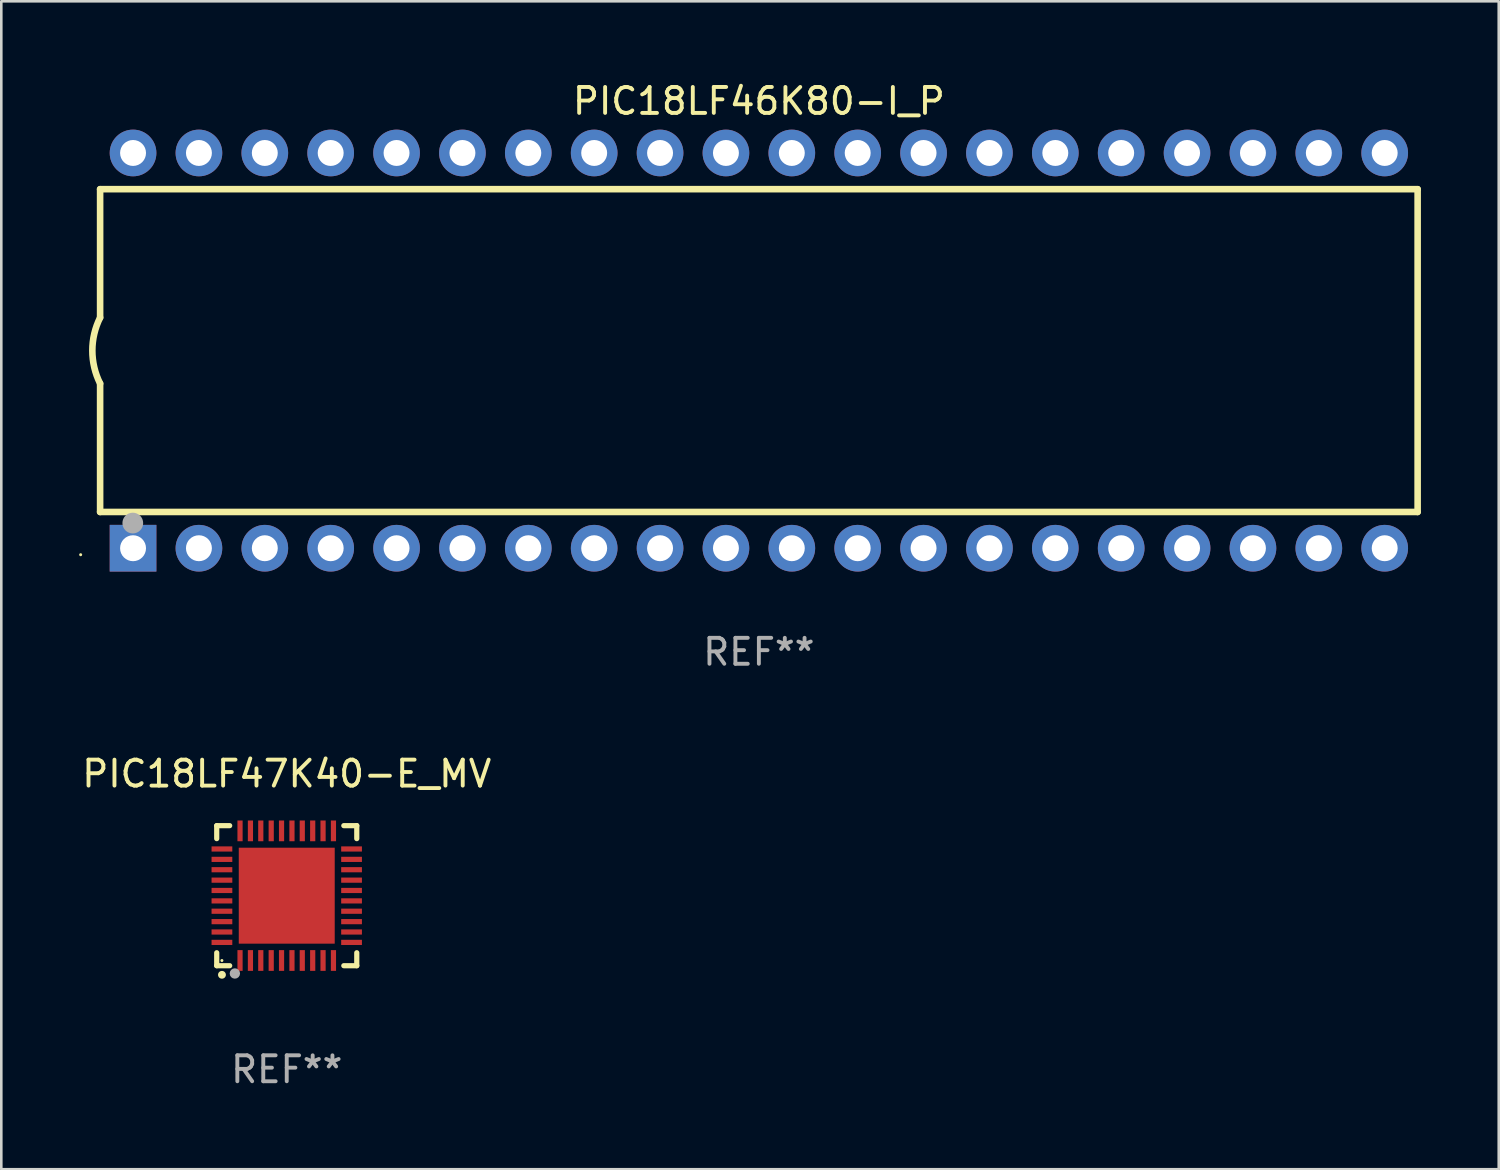
<source format=kicad_pcb>
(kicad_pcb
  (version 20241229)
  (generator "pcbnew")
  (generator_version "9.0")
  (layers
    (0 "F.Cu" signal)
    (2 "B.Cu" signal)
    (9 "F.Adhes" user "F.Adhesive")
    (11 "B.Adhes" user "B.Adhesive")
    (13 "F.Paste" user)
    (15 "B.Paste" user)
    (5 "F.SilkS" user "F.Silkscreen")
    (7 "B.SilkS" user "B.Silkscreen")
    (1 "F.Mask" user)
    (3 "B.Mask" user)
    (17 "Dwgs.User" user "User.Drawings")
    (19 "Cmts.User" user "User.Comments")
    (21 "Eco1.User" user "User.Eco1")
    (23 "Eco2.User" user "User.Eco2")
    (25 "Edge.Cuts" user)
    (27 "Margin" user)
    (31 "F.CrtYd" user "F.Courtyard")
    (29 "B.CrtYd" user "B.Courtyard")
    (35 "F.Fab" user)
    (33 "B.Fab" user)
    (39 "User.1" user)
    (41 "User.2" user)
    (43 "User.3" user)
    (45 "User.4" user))
  (footprint "PIC18LF46K80-I_P"
    (layer "F.Cu")
    (at 26.21 10.468)
    (property "Reference" "PIC18LF46K80-I_P" (at 0 -9.62 0) (layer "F.SilkS") (effects (font (size 1 1) (thickness 0.15))))
    (attr through_hole)
    (fp_line (start -25.4 -6.224) (end -25.4 -1.271) (stroke (width 0.254) (type solid)) (layer "F.SilkS"))
    (fp_line (start -25.4 -6.224) (end 25.4 -6.224) (stroke (width 0.254) (type solid)) (layer "F.SilkS"))
    (fp_line (start -25.4 1.269) (end -25.4 6.222) (stroke (width 0.254) (type solid)) (layer "F.SilkS"))
    (fp_line (start -25.4 6.222) (end 25.4 6.222) (stroke (width 0.254) (type solid)) (layer "F.SilkS"))
    (fp_line (start 25.4 6.222) (end 25.4 -6.224) (stroke (width 0.254) (type solid)) (layer "F.SilkS"))
    (fp_arc (start -25.4 1.269241) (mid -25.699807 -0.000762) (end -25.4 -1.270765) (stroke (width 0.254001) (type solid)) (layer "F.SilkS"))
    (fp_circle (center -26.15 7.87) (end -26.12 7.87) (stroke (width 0.06) (type solid)) (fill no) (layer "F.SilkS"))
    (fp_circle (center -24.14 6.65) (end -23.94 6.65) (stroke (width 0.4) (type solid)) (fill no) (layer "F.Fab"))
    (fp_text user "REF**" (at 0 11.62 0) (layer "F.Fab") (effects (font (size 1 1) (thickness 0.15))))
    (pad "1" thru_hole rect (at -24.13 7.62 90) (size 1.8 1.8) (drill 1) (layers "*.Cu" "*.Mask"))
    (pad "2" thru_hole circle (at -21.59 7.62) (size 1.8 1.8) (drill 1) (layers "*.Cu" "*.Mask"))
    (pad "3" thru_hole circle (at -19.05 7.62) (size 1.8 1.8) (drill 1) (layers "*.Cu" "*.Mask"))
    (pad "4" thru_hole circle (at -16.51 7.62) (size 1.8 1.8) (drill 1) (layers "*.Cu" "*.Mask"))
    (pad "5" thru_hole circle (at -13.97 7.62) (size 1.8 1.8) (drill 1) (layers "*.Cu" "*.Mask"))
    (pad "6" thru_hole circle (at -11.43 7.62) (size 1.8 1.8) (drill 1) (layers "*.Cu" "*.Mask"))
    (pad "7" thru_hole circle (at -8.89 7.62) (size 1.8 1.8) (drill 1) (layers "*.Cu" "*.Mask"))
    (pad "8" thru_hole circle (at -6.35 7.62) (size 1.8 1.8) (drill 1) (layers "*.Cu" "*.Mask"))
    (pad "9" thru_hole circle (at -3.81 7.62) (size 1.8 1.8) (drill 1) (layers "*.Cu" "*.Mask"))
    (pad "10" thru_hole circle (at -1.27 7.62) (size 1.8 1.8) (drill 1) (layers "*.Cu" "*.Mask"))
    (pad "11" thru_hole circle (at 1.27 7.62) (size 1.8 1.8) (drill 1) (layers "*.Cu" "*.Mask"))
    (pad "12" thru_hole circle (at 3.81 7.62) (size 1.8 1.8) (drill 1) (layers "*.Cu" "*.Mask"))
    (pad "13" thru_hole circle (at 6.35 7.62) (size 1.8 1.8) (drill 1) (layers "*.Cu" "*.Mask"))
    (pad "14" thru_hole circle (at 8.89 7.62) (size 1.8 1.8) (drill 1) (layers "*.Cu" "*.Mask"))
    (pad "15" thru_hole circle (at 11.43 7.62) (size 1.8 1.8) (drill 1) (layers "*.Cu" "*.Mask"))
    (pad "16" thru_hole circle (at 13.97 7.62) (size 1.8 1.8) (drill 1) (layers "*.Cu" "*.Mask"))
    (pad "17" thru_hole circle (at 16.51 7.62) (size 1.8 1.8) (drill 1) (layers "*.Cu" "*.Mask"))
    (pad "18" thru_hole circle (at 19.05 7.62) (size 1.8 1.8) (drill 1) (layers "*.Cu" "*.Mask"))
    (pad "19" thru_hole circle (at 21.59 7.62) (size 1.8 1.8) (drill 1) (layers "*.Cu" "*.Mask"))
    (pad "20" thru_hole circle (at 24.13 7.62) (size 1.8 1.8) (drill 1) (layers "*.Cu" "*.Mask"))
    (pad "21" thru_hole circle (at 24.13 -7.62) (size 1.8 1.8) (drill 1) (layers "*.Cu" "*.Mask"))
    (pad "22" thru_hole circle (at 21.59 -7.62) (size 1.8 1.8) (drill 1) (layers "*.Cu" "*.Mask"))
    (pad "23" thru_hole circle (at 19.05 -7.62) (size 1.8 1.8) (drill 1) (layers "*.Cu" "*.Mask"))
    (pad "24" thru_hole circle (at 16.51 -7.62) (size 1.8 1.8) (drill 1) (layers "*.Cu" "*.Mask"))
    (pad "25" thru_hole circle (at 13.97 -7.62) (size 1.8 1.8) (drill 1) (layers "*.Cu" "*.Mask"))
    (pad "26" thru_hole circle (at 11.43 -7.62) (size 1.8 1.8) (drill 1) (layers "*.Cu" "*.Mask"))
    (pad "27" thru_hole circle (at 8.89 -7.62) (size 1.8 1.8) (drill 1) (layers "*.Cu" "*.Mask"))
    (pad "28" thru_hole circle (at 6.35 -7.62) (size 1.8 1.8) (drill 1) (layers "*.Cu" "*.Mask"))
    (pad "29" thru_hole circle (at 3.81 -7.62) (size 1.8 1.8) (drill 1) (layers "*.Cu" "*.Mask"))
    (pad "30" thru_hole circle (at 1.27 -7.62) (size 1.8 1.8) (drill 1) (layers "*.Cu" "*.Mask"))
    (pad "31" thru_hole circle (at -1.27 -7.62) (size 1.8 1.8) (drill 1) (layers "*.Cu" "*.Mask"))
    (pad "32" thru_hole circle (at -3.81 -7.62) (size 1.8 1.8) (drill 1) (layers "*.Cu" "*.Mask"))
    (pad "33" thru_hole circle (at -6.35 -7.62) (size 1.8 1.8) (drill 1) (layers "*.Cu" "*.Mask"))
    (pad "34" thru_hole circle (at -8.89 -7.62) (size 1.8 1.8) (drill 1) (layers "*.Cu" "*.Mask"))
    (pad "35" thru_hole circle (at -11.43 -7.62) (size 1.8 1.8) (drill 1) (layers "*.Cu" "*.Mask"))
    (pad "36" thru_hole circle (at -13.97 -7.62) (size 1.8 1.8) (drill 1) (layers "*.Cu" "*.Mask"))
    (pad "37" thru_hole circle (at -16.51 -7.62) (size 1.8 1.8) (drill 1) (layers "*.Cu" "*.Mask"))
    (pad "38" thru_hole circle (at -19.05 -7.62) (size 1.8 1.8) (drill 1) (layers "*.Cu" "*.Mask"))
    (pad "39" thru_hole circle (at -21.59 -7.62) (size 1.8 1.8) (drill 1) (layers "*.Cu" "*.Mask"))
    (pad "40" thru_hole circle (at -24.13 -7.62) (size 1.8 1.8) (drill 1) (layers "*.Cu" "*.Mask")))
  (footprint "PIC18LF47K40-E_MV"
    (layer "F.Cu")
    (at 8.006 31.485)
    (property "Reference" "PIC18LF47K40-E_MV" (at 0 -4.7 0) (layer "F.SilkS") (effects (font (size 1 1) (thickness 0.15))))
    (attr through_hole)
    (fp_line (start -2.7 -2.7) (end -2.7 -2.2) (stroke (width 0.2) (type solid)) (layer "F.SilkS"))
    (fp_line (start -2.7 2.7) (end -2.7 2.2) (stroke (width 0.2) (type solid)) (layer "F.SilkS"))
    (fp_line (start -2.2 -2.7) (end -2.7 -2.7) (stroke (width 0.2) (type solid)) (layer "F.SilkS"))
    (fp_line (start -2.2 2.7) (end -2.7 2.7) (stroke (width 0.2) (type solid)) (layer "F.SilkS"))
    (fp_line (start 2.7 -2.7) (end 2.2 -2.7) (stroke (width 0.2) (type solid)) (layer "F.SilkS"))
    (fp_line (start 2.7 -2.2) (end 2.7 -2.7) (stroke (width 0.2) (type solid)) (layer "F.SilkS"))
    (fp_line (start 2.7 2.2) (end 2.7 2.7) (stroke (width 0.2) (type solid)) (layer "F.SilkS"))
    (fp_line (start 2.7 2.7) (end 2.2 2.7) (stroke (width 0.2) (type solid)) (layer "F.SilkS"))
    (fp_arc (start -2.499365 3.050546) (mid -2.498095 3.050541) (end -2.496825 3.050546) (stroke (width 0.3) (type solid)) (layer "F.SilkS"))
    (fp_circle (center -2.5 2.5) (end -2.47 2.5) (stroke (width 0.06) (type solid)) (fill no) (layer "F.SilkS"))
    (fp_circle (center -2 3) (end -1.9 3) (stroke (width 0.2) (type solid)) (fill no) (layer "F.Fab"))
    (fp_text user "REF**" (at 0 6.7 0) (layer "F.Fab") (effects (font (size 1 1) (thickness 0.15))))
    (pad "1" smd rect (at -1.801 2.499) (size 0.2 0.8) (layers "F.Cu" "F.Mask" "F.Paste"))
    (pad "2" smd rect (at -1.4 2.499) (size 0.2 0.8) (layers "F.Cu" "F.Mask" "F.Paste"))
    (pad "3" smd rect (at -1.001 2.499) (size 0.2 0.8) (layers "F.Cu" "F.Mask" "F.Paste"))
    (pad "4" smd rect (at -0.599 2.499) (size 0.2 0.8) (layers "F.Cu" "F.Mask" "F.Paste"))
    (pad "5" smd rect (at -0.201 2.499) (size 0.2 0.8) (layers "F.Cu" "F.Mask" "F.Paste"))
    (pad "6" smd rect (at 0.201 2.499) (size 0.2 0.8) (layers "F.Cu" "F.Mask" "F.Paste"))
    (pad "7" smd rect (at 0.599 2.499) (size 0.2 0.8) (layers "F.Cu" "F.Mask" "F.Paste"))
    (pad "8" smd rect (at 1.001 2.499) (size 0.2 0.8) (layers "F.Cu" "F.Mask" "F.Paste"))
    (pad "9" smd rect (at 1.4 2.499) (size 0.2 0.8) (layers "F.Cu" "F.Mask" "F.Paste"))
    (pad "10" smd rect (at 1.801 2.499) (size 0.2 0.8) (layers "F.Cu" "F.Mask" "F.Paste"))
    (pad "11" smd rect (at 2.499 1.801) (size 0.8 0.2) (layers "F.Cu" "F.Mask" "F.Paste"))
    (pad "12" smd rect (at 2.499 1.4) (size 0.8 0.2) (layers "F.Cu" "F.Mask" "F.Paste"))
    (pad "13" smd rect (at 2.499 1.001) (size 0.8 0.2) (layers "F.Cu" "F.Mask" "F.Paste"))
    (pad "14" smd rect (at 2.499 0.599) (size 0.8 0.2) (layers "F.Cu" "F.Mask" "F.Paste"))
    (pad "15" smd rect (at 2.499 0.201) (size 0.8 0.2) (layers "F.Cu" "F.Mask" "F.Paste"))
    (pad "16" smd rect (at 2.499 -0.201) (size 0.8 0.2) (layers "F.Cu" "F.Mask" "F.Paste"))
    (pad "17" smd rect (at 2.499 -0.599) (size 0.8 0.2) (layers "F.Cu" "F.Mask" "F.Paste"))
    (pad "18" smd rect (at 2.499 -1.001) (size 0.8 0.2) (layers "F.Cu" "F.Mask" "F.Paste"))
    (pad "19" smd rect (at 2.499 -1.4) (size 0.8 0.2) (layers "F.Cu" "F.Mask" "F.Paste"))
    (pad "20" smd rect (at 2.499 -1.801) (size 0.8 0.2) (layers "F.Cu" "F.Mask" "F.Paste"))
    (pad "21" smd rect (at 1.801 -2.499) (size 0.2 0.8) (layers "F.Cu" "F.Mask" "F.Paste"))
    (pad "22" smd rect (at 1.4 -2.499) (size 0.2 0.8) (layers "F.Cu" "F.Mask" "F.Paste"))
    (pad "23" smd rect (at 1.001 -2.499) (size 0.2 0.8) (layers "F.Cu" "F.Mask" "F.Paste"))
    (pad "24" smd rect (at 0.599 -2.499) (size 0.2 0.8) (layers "F.Cu" "F.Mask" "F.Paste"))
    (pad "25" smd rect (at 0.201 -2.499) (size 0.2 0.8) (layers "F.Cu" "F.Mask" "F.Paste"))
    (pad "26" smd rect (at -0.201 -2.499) (size 0.2 0.8) (layers "F.Cu" "F.Mask" "F.Paste"))
    (pad "27" smd rect (at -0.599 -2.499) (size 0.2 0.8) (layers "F.Cu" "F.Mask" "F.Paste"))
    (pad "28" smd rect (at -1.001 -2.499) (size 0.2 0.8) (layers "F.Cu" "F.Mask" "F.Paste"))
    (pad "29" smd rect (at -1.4 -2.499) (size 0.2 0.8) (layers "F.Cu" "F.Mask" "F.Paste"))
    (pad "30" smd rect (at -1.801 -2.499) (size 0.2 0.8) (layers "F.Cu" "F.Mask" "F.Paste"))
    (pad "31" smd rect (at -2.499 -1.801) (size 0.8 0.2) (layers "F.Cu" "F.Mask" "F.Paste"))
    (pad "32" smd rect (at -2.499 -1.4) (size 0.8 0.2) (layers "F.Cu" "F.Mask" "F.Paste"))
    (pad "33" smd rect (at -2.499 -1.001) (size 0.8 0.2) (layers "F.Cu" "F.Mask" "F.Paste"))
    (pad "34" smd rect (at -2.499 -0.599) (size 0.8 0.2) (layers "F.Cu" "F.Mask" "F.Paste"))
    (pad "35" smd rect (at -2.499 -0.201) (size 0.8 0.2) (layers "F.Cu" "F.Mask" "F.Paste"))
    (pad "36" smd rect (at -2.499 0.201) (size 0.8 0.2) (layers "F.Cu" "F.Mask" "F.Paste"))
    (pad "37" smd rect (at -2.499 0.599) (size 0.8 0.2) (layers "F.Cu" "F.Mask" "F.Paste"))
    (pad "38" smd rect (at -2.499 1.001) (size 0.8 0.2) (layers "F.Cu" "F.Mask" "F.Paste"))
    (pad "39" smd rect (at -2.499 1.4) (size 0.8 0.2) (layers "F.Cu" "F.Mask" "F.Paste"))
    (pad "40" smd rect (at -2.499 1.801) (size 0.8 0.2) (layers "F.Cu" "F.Mask" "F.Paste"))
    (pad "41" smd rect (at 0 0) (size 3.7 3.7) (layers "F.Cu" "F.Mask" "F.Paste")))
  (gr_rect
    (start -3 -3)
    (end 54.737 42.033)
    (stroke (width 0.1) (type default))
    (fill no)
    (layer "Edge.Cuts")))
</source>
